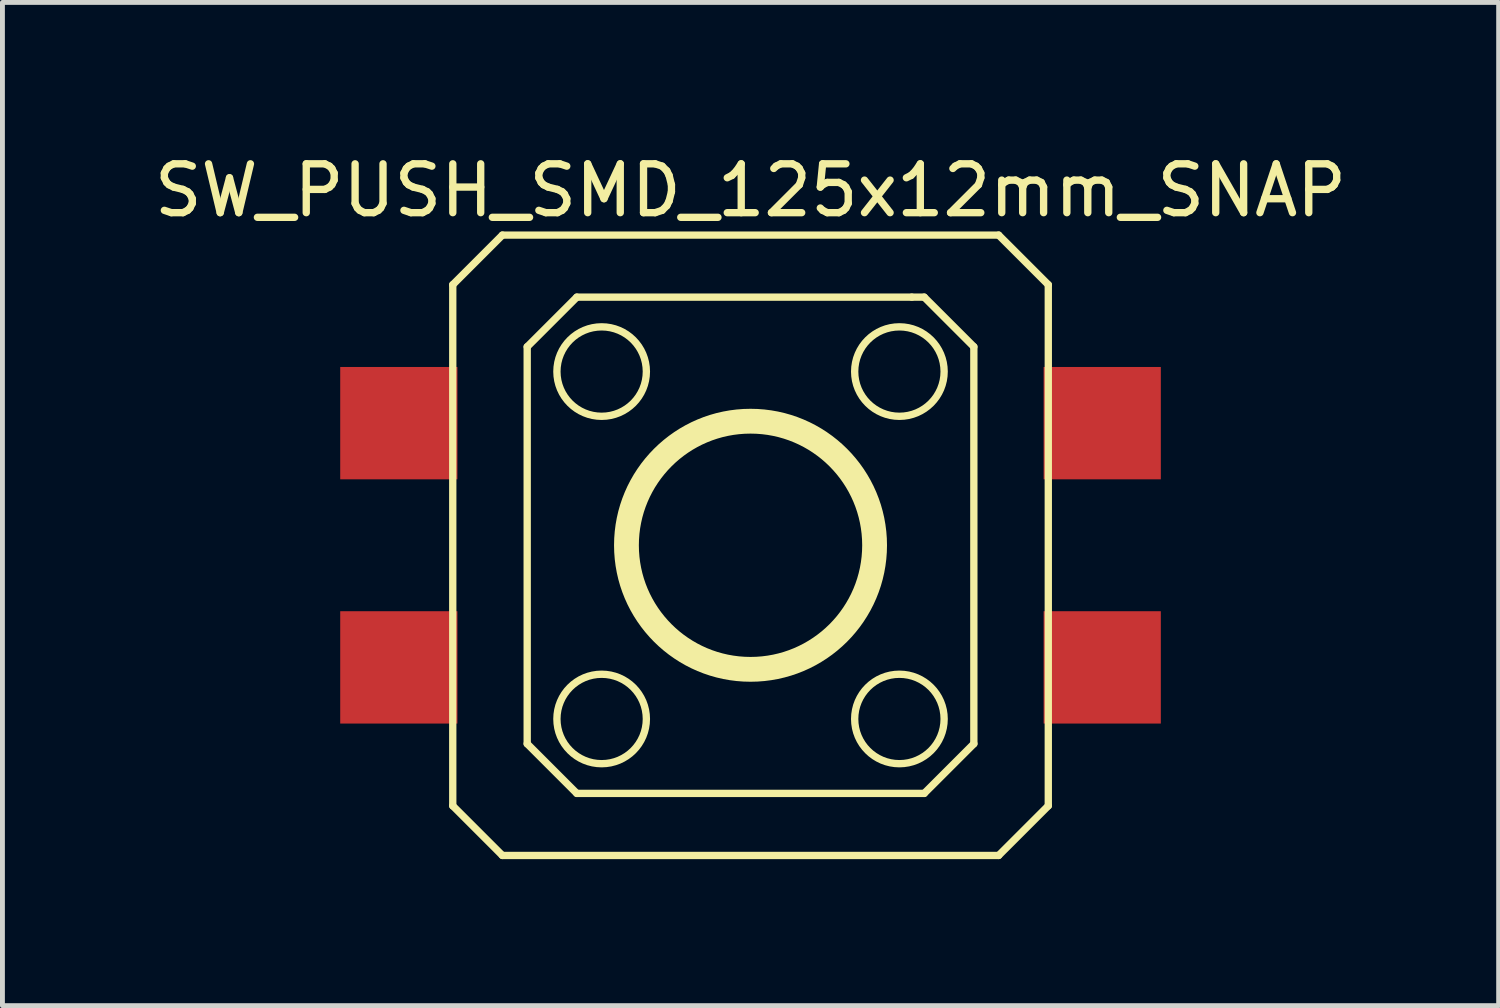
<source format=kicad_pcb>
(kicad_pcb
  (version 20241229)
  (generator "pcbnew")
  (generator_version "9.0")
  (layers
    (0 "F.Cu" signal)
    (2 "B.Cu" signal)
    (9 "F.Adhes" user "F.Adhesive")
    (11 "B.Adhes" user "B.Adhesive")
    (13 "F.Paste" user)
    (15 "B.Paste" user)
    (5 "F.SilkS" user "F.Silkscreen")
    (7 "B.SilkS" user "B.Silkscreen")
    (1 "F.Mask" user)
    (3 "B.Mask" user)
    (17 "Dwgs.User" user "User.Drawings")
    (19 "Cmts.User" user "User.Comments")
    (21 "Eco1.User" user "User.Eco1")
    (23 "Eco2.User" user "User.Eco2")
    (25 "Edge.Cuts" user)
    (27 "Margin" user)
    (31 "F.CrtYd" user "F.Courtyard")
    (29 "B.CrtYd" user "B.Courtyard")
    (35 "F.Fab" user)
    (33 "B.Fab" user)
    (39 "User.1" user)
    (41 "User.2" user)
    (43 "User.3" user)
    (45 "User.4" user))
  (footprint "SW_PUSH_SMD_125x12mm_SNAP"
    (layer "F.Cu")
    (at 12.315 8.113)
    (property "Reference" "SW_PUSH_SMD_125x12mm_SNAP" (at 0 -7.264 0) (layer "F.SilkS") (effects (font (size 1 1) (thickness 0.15))))
    (attr smd)
    (fp_line (start -6.096 -5.334) (end -6.096 5.334) (stroke (width 0.15) (type solid)) (layer "F.SilkS"))
    (fp_line (start -6.096 -5.334) (end -5.08 -6.35) (stroke (width 0.15) (type solid)) (layer "F.SilkS"))
    (fp_line (start -5.08 -6.35) (end 5.08 -6.35) (stroke (width 0.15) (type solid)) (layer "F.SilkS"))
    (fp_line (start -5.08 6.35) (end -6.096 5.334) (stroke (width 0.15) (type solid)) (layer "F.SilkS"))
    (fp_line (start -5.08 6.35) (end 5.08 6.35) (stroke (width 0.15) (type solid)) (layer "F.SilkS"))
    (fp_line (start -4.572 -4.064) (end -4.572 4.064) (stroke (width 0.15) (type solid)) (layer "F.SilkS"))
    (fp_line (start -4.572 -4.064) (end -3.556 -5.08) (stroke (width 0.15) (type solid)) (layer "F.SilkS"))
    (fp_line (start -4.572 4.064) (end -3.556 5.08) (stroke (width 0.15) (type solid)) (layer "F.SilkS"))
    (fp_line (start -3.556 -5.08) (end 3.302 -5.08) (stroke (width 0.15) (type solid)) (layer "F.SilkS"))
    (fp_line (start 3.302 -5.08) (end 3.556 -5.08) (stroke (width 0.15) (type solid)) (layer "F.SilkS"))
    (fp_line (start 3.556 -5.08) (end 4.572 -4.064) (stroke (width 0.15) (type solid)) (layer "F.SilkS"))
    (fp_line (start 3.556 5.08) (end -3.556 5.08) (stroke (width 0.15) (type solid)) (layer "F.SilkS"))
    (fp_line (start 4.572 4.064) (end 3.556 5.08) (stroke (width 0.15) (type solid)) (layer "F.SilkS"))
    (fp_line (start 4.572 4.064) (end 4.572 -4.064) (stroke (width 0.15) (type solid)) (layer "F.SilkS"))
    (fp_line (start 5.08 6.35) (end 6.096 5.334) (stroke (width 0.15) (type solid)) (layer "F.SilkS"))
    (fp_line (start 6.096 -5.334) (end 5.08 -6.35) (stroke (width 0.15) (type solid)) (layer "F.SilkS"))
    (fp_line (start 6.096 5.334) (end 6.096 -5.334) (stroke (width 0.15) (type solid)) (layer "F.SilkS"))
    (fp_circle (center -3.048 -3.556) (end -2.54 -2.794) (stroke (width 0.15) (type solid)) (fill no) (layer "F.SilkS"))
    (fp_circle (center -3.048 3.556) (end -2.286 3.048) (stroke (width 0.15) (type solid)) (fill no) (layer "F.SilkS"))
    (fp_circle (center 0 0) (end 2.54 0) (stroke (width 0.508) (type solid)) (fill no) (layer "F.SilkS"))
    (fp_circle (center 3.048 -3.556) (end 2.286 -3.048) (stroke (width 0.15) (type solid)) (fill no) (layer "F.SilkS"))
    (fp_circle (center 3.048 3.556) (end 2.286 3.048) (stroke (width 0.15) (type solid)) (fill no) (layer "F.SilkS"))
    (pad "1" smd rect (at 7.2 2.5) (size 2.4 2.3) (layers "F.Cu" "F.Mask" "F.Paste"))
    (pad "2" smd rect (at -7.2 2.5) (size 2.4 2.3) (layers "F.Cu" "F.Mask" "F.Paste"))
    (pad "3" smd rect (at 7.2 -2.5) (size 2.4 2.3) (layers "F.Cu" "F.Mask" "F.Paste"))
    (pad "4" smd rect (at -7.2 -2.5) (size 2.4 2.3) (layers "F.Cu" "F.Mask" "F.Paste")))
  (gr_rect
    (start -3 -3)
    (end 27.631 17.538)
    (stroke (width 0.1) (type default))
    (fill no)
    (layer "Edge.Cuts")))
</source>
